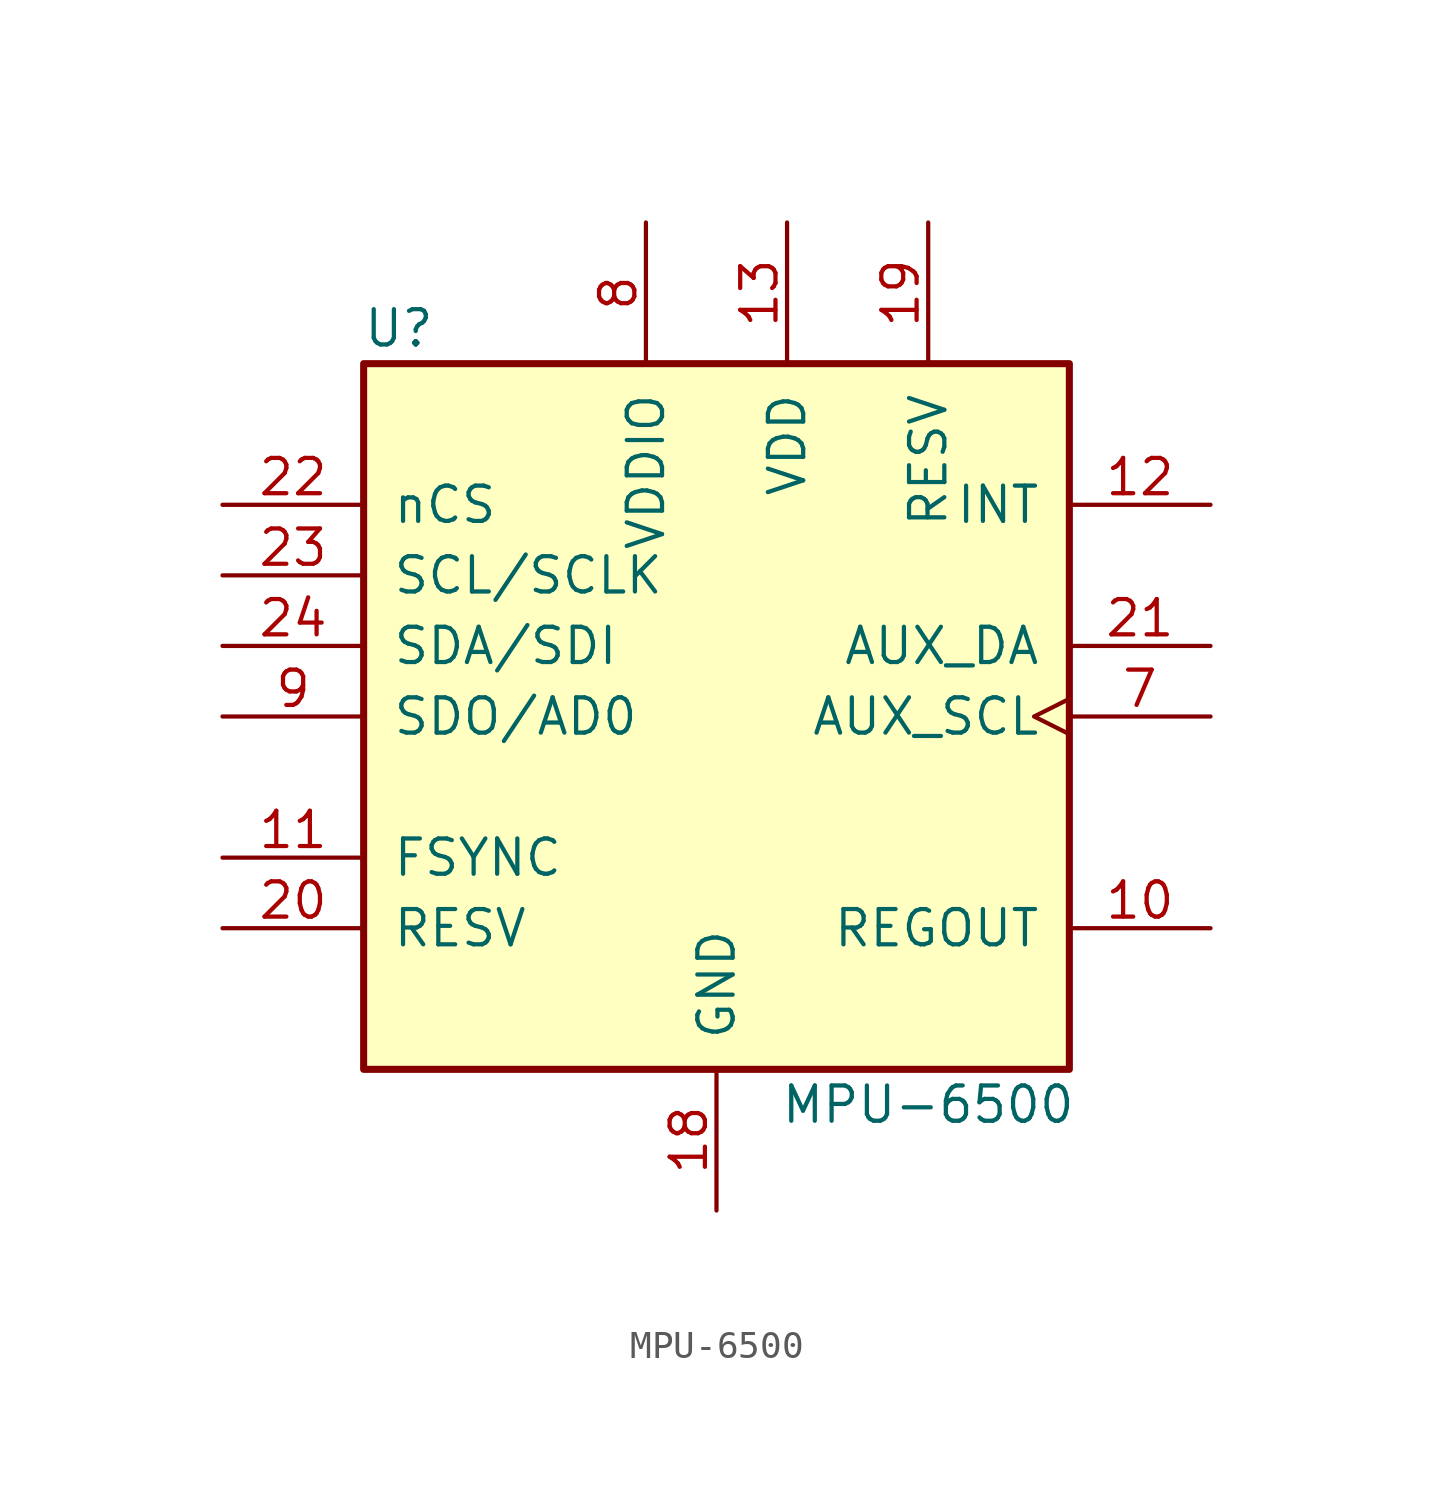
<source format=kicad_sym>
(kicad_symbol_lib
  (version 20241209)
  (generator "kicad_symbol_editor")
  (generator_version "9.0")
  (symbol "MPU-6500"
    (pin_names
      (offset 1.016))
    (property "Reference" "U"
      (at -11.43 13.97 0)
      (effects (font (size 1.27 1.27))))
    (property "Value" "MPU-6500"
      (at 7.62 -13.97 0)
      (effects (font (size 1.27 1.27))))
    (symbol "MPU-6500_0_1"
      (rectangle (start -12.7 12.7) (end 12.7 -12.7) (stroke (width 0.254) (type solid)) (fill (type background))))
    (symbol "MPU-6500_1_1"
      (pin passive line (at -17.78 7.62 0) (length 5.08) (name "nCS" (effects (font (size 1.27 1.27)))) (number "22" (effects (font (size 1.27 1.27)))))
      (pin input line (at -17.78 5.08 0) (length 5.08) (name "SCL/SCLK" (effects (font (size 1.27 1.27)))) (number "23" (effects (font (size 1.27 1.27)))))
      (pin bidirectional line (at -17.78 2.54 0) (length 5.08) (name "SDA/SDI" (effects (font (size 1.27 1.27)))) (number "24" (effects (font (size 1.27 1.27)))))
      (pin input line (at -17.78 0 0) (length 5.08) (name "SDO/AD0" (effects (font (size 1.27 1.27)))) (number "9" (effects (font (size 1.27 1.27)))))
      (pin input line (at -17.78 -5.08 0) (length 5.08) (name "FSYNC" (effects (font (size 1.27 1.27)))) (number "11" (effects (font (size 1.27 1.27)))))
      (pin passive line (at -17.78 -7.62 0) (length 5.08) (name "RESV" (effects (font (size 1.27 1.27)))) (number "20" (effects (font (size 1.27 1.27)))))
      (pin passive line (at -2.54 17.78 270) (length 5.08) (name "VDDIO" (effects (font (size 1.27 1.27)))) (number "8" (effects (font (size 1.27 1.27)))))
      (pin power_in line (at 0 -17.78 90) (length 5.08) (name "GND" (effects (font (size 1.27 1.27)))) (number "18" (effects (font (size 1.27 1.27)))))
      (pin power_in line (at 0 -17.78 90) (length 5.08) (hide yes) (name "GND" (effects (font (size 1.27 1.27)))) (number "25" (effects (font (size 1.27 1.27)))))
      (pin power_in line (at 2.54 17.78 270) (length 5.08) (name "VDD" (effects (font (size 1.27 1.27)))) (number "13" (effects (font (size 1.27 1.27)))))
      (pin no_connect line (at 2.54 -5.08 0) (length 5.08) (hide yes) (name "NC" (effects (font (size 1.27 1.27)))) (number "1" (effects (font (size 1.27 1.27)))))
      (pin no_connect line (at 2.54 -5.08 0) (length 5.08) (hide yes) (name "NC" (effects (font (size 1.27 1.27)))) (number "14" (effects (font (size 1.27 1.27)))))
      (pin no_connect line (at 2.54 -5.08 0) (length 5.08) (hide yes) (name "NC" (effects (font (size 1.27 1.27)))) (number "15" (effects (font (size 1.27 1.27)))))
      (pin no_connect line (at 2.54 -5.08 0) (length 5.08) (hide yes) (name "NC" (effects (font (size 1.27 1.27)))) (number "16" (effects (font (size 1.27 1.27)))))
      (pin no_connect line (at 2.54 -5.08 0) (length 5.08) (hide yes) (name "NC" (effects (font (size 1.27 1.27)))) (number "17" (effects (font (size 1.27 1.27)))))
      (pin no_connect line (at 2.54 -5.08 0) (length 5.08) (hide yes) (name "NC" (effects (font (size 1.27 1.27)))) (number "2" (effects (font (size 1.27 1.27)))))
      (pin no_connect line (at 2.54 -5.08 0) (length 5.08) (hide yes) (name "NC" (effects (font (size 1.27 1.27)))) (number "3" (effects (font (size 1.27 1.27)))))
      (pin no_connect line (at 2.54 -5.08 0) (length 5.08) (hide yes) (name "NC" (effects (font (size 1.27 1.27)))) (number "4" (effects (font (size 1.27 1.27)))))
      (pin no_connect line (at 2.54 -5.08 0) (length 5.08) (hide yes) (name "NC" (effects (font (size 1.27 1.27)))) (number "5" (effects (font (size 1.27 1.27)))))
      (pin no_connect line (at 2.54 -5.08 0) (length 5.08) (hide yes) (name "NC" (effects (font (size 1.27 1.27)))) (number "6" (effects (font (size 1.27 1.27)))))
      (pin passive line (at 7.62 17.78 270) (length 5.08) (name "RESV" (effects (font (size 1.27 1.27)))) (number "19" (effects (font (size 1.27 1.27)))))
      (pin output line (at 17.78 7.62 180) (length 5.08) (name "INT" (effects (font (size 1.27 1.27)))) (number "12" (effects (font (size 1.27 1.27)))))
      (pin passive line (at 17.78 2.54 180) (length 5.08) (name "AUX_DA" (effects (font (size 1.27 1.27)))) (number "21" (effects (font (size 1.27 1.27)))))
      (pin output clock (at 17.78 0 180) (length 5.08) (name "AUX_SCL" (effects (font (size 1.27 1.27)))) (number "7" (effects (font (size 1.27 1.27)))))
      (pin passive line (at 17.78 -7.62 180) (length 5.08) (name "REGOUT" (effects (font (size 1.27 1.27)))) (number "10" (effects (font (size 1.27 1.27))))))))
</source>
